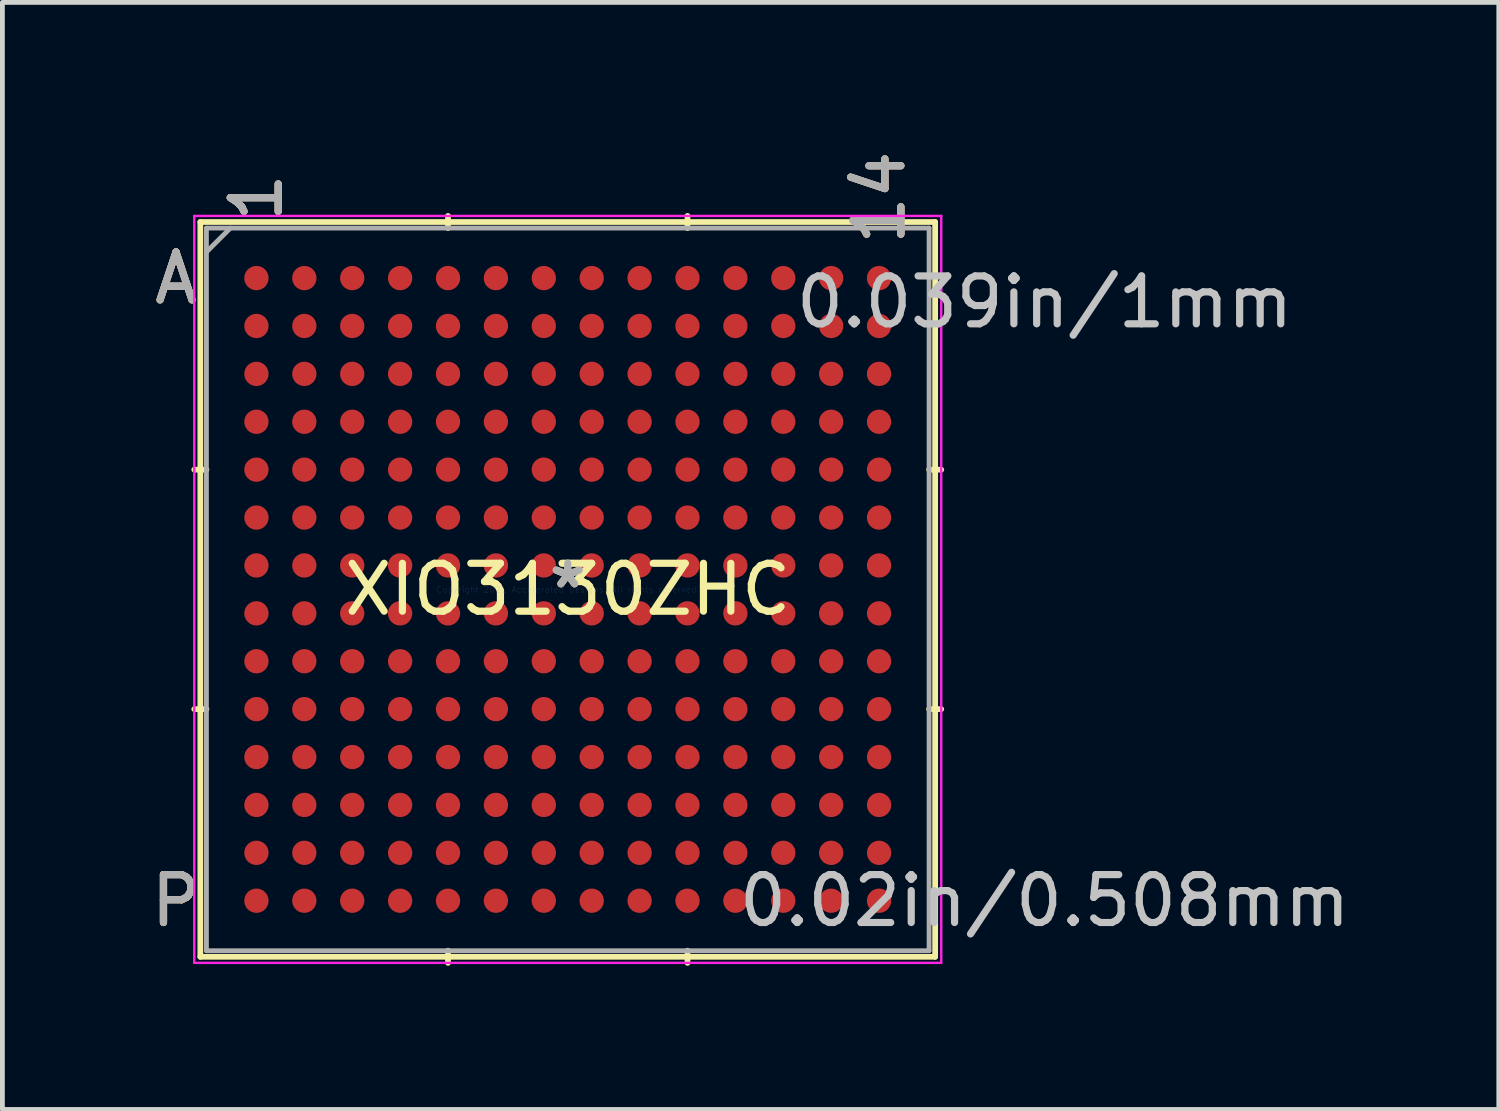
<source format=kicad_pcb>
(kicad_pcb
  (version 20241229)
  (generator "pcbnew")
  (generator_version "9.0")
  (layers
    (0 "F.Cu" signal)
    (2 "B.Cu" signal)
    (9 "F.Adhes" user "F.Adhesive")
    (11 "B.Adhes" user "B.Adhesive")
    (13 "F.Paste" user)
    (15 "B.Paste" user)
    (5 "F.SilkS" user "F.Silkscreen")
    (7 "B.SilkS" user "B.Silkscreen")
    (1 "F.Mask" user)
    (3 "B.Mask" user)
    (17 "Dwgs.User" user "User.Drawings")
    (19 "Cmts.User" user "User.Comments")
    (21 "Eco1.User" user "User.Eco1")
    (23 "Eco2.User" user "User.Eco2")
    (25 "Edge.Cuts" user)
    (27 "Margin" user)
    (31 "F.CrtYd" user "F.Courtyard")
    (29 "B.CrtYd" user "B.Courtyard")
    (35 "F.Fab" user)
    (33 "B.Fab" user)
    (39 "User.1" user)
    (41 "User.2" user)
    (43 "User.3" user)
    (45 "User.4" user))
  (footprint "XIO3130ZHC"
    (layer "F.Cu")
    (at 8.804 9.256)
    (property "Reference" "XIO3130ZHC" (at 0 0 0) (layer "F.SilkS") (effects (font (size 1 1) (thickness 0.15))))
    (attr through_hole)
    (fp_line (start -7.671 -7.671) (end -7.671 7.671) (stroke (width 0.12) (type solid)) (layer "F.SilkS"))
    (fp_line (start -7.671 7.671) (end 7.671 7.671) (stroke (width 0.12) (type solid)) (layer "F.SilkS"))
    (fp_line (start -7.544 -2.5) (end -7.798 -2.5) (stroke (width 0.12) (type solid)) (layer "F.SilkS"))
    (fp_line (start -7.544 2.5) (end -7.798 2.5) (stroke (width 0.12) (type solid)) (layer "F.SilkS"))
    (fp_line (start -2.5 -7.544) (end -2.5 -7.798) (stroke (width 0.12) (type solid)) (layer "F.SilkS"))
    (fp_line (start -2.5 7.544) (end -2.5 7.798) (stroke (width 0.12) (type solid)) (layer "F.SilkS"))
    (fp_line (start 2.5 -7.544) (end 2.5 -7.798) (stroke (width 0.12) (type solid)) (layer "F.SilkS"))
    (fp_line (start 2.5 7.544) (end 2.5 7.798) (stroke (width 0.12) (type solid)) (layer "F.SilkS"))
    (fp_line (start 7.544 -2.5) (end 7.798 -2.5) (stroke (width 0.12) (type solid)) (layer "F.SilkS"))
    (fp_line (start 7.544 2.5) (end 7.798 2.5) (stroke (width 0.12) (type solid)) (layer "F.SilkS"))
    (fp_line (start 7.671 -7.671) (end -7.671 -7.671) (stroke (width 0.12) (type solid)) (layer "F.SilkS"))
    (fp_line (start 7.671 7.671) (end 7.671 -7.671) (stroke (width 0.12) (type solid)) (layer "F.SilkS"))
    (fp_line (start -7.798 -7.798) (end 7.798 -7.798) (stroke (width 0.05) (type solid)) (layer "F.CrtYd"))
    (fp_line (start -7.798 7.798) (end -7.798 -7.798) (stroke (width 0.05) (type solid)) (layer "F.CrtYd"))
    (fp_line (start 7.798 -7.798) (end 7.798 7.798) (stroke (width 0.05) (type solid)) (layer "F.CrtYd"))
    (fp_line (start 7.798 7.798) (end -7.798 7.798) (stroke (width 0.05) (type solid)) (layer "F.CrtYd"))
    (fp_line (start -7.544 -7.544) (end -7.544 7.544) (stroke (width 0.1) (type solid)) (layer "F.Fab"))
    (fp_line (start -7.544 7.544) (end 7.544 7.544) (stroke (width 0.1) (type solid)) (layer "F.Fab"))
    (fp_line (start -7.044 -7.544) (end -7.544 -7.044) (stroke (width 0.1) (type solid)) (layer "F.Fab"))
    (fp_line (start 7.544 -7.544) (end -7.544 -7.544) (stroke (width 0.1) (type solid)) (layer "F.Fab"))
    (fp_line (start 7.544 7.544) (end 7.544 -7.544) (stroke (width 0.1) (type solid)) (layer "F.Fab"))
    (fp_text user "*" (at 0 0 0) (layer "F.SilkS") (effects (font (size 1 1) (thickness 0.15))))
    (fp_text user "1" (at -6.5 -8.179 90) (layer "F.SilkS") (effects (font (size 1 1) (thickness 0.15))))
    (fp_text user "14" (at 6.5 -8.179 90) (layer "F.SilkS") (effects (font (size 1 1) (thickness 0.15))))
    (fp_text user "P" (at -8.179 6.5 0) (layer "F.SilkS") (effects (font (size 1 1) (thickness 0.15))))
    (fp_text user "A" (at -8.179 -6.5 0) (layer "F.SilkS") (effects (font (size 1 1) (thickness 0.15))))
    (fp_text user "1" (at -6.5 -8.179 90) (layer "B.SilkS") (effects (font (size 1 1) (thickness 0.15))))
    (fp_text user "A" (at -8.179 -6.5 0) (layer "B.SilkS") (effects (font (size 1 1) (thickness 0.15))))
    (fp_text user "P" (at -8.179 6.5 0) (layer "B.SilkS") (effects (font (size 1 1) (thickness 0.15))))
    (fp_text user "14" (at 6.5 -8.179 90) (layer "B.SilkS") (effects (font (size 1 1) (thickness 0.15))))
    (fp_text user "0.02in/0.508mm" (at 9.957 6.5 0) (layer "Dwgs.User") (effects (font (size 1 1) (thickness 0.15))))
    (fp_text user "0.039in/1mm" (at 9.957 -6 0) (layer "Dwgs.User") (effects (font (size 1 1) (thickness 0.15))))
    (fp_text user "Copyright 2021 Accelerated Designs. All rights reserved." (at 0 0 0) (layer "Cmts.User") (effects (font (size 0.127 0.127) (thickness 0.002))))
    (fp_text user "A" (at -8.179 -6.5 0) (layer "F.Fab") (effects (font (size 1 1) (thickness 0.15))))
    (fp_text user "P" (at -8.179 6.5 0) (layer "F.Fab") (effects (font (size 1 1) (thickness 0.15))))
    (fp_text user "1" (at -6.5 -8.179 90) (layer "F.Fab") (effects (font (size 1 1) (thickness 0.15))))
    (fp_text user "14" (at 6.5 -8.179 90) (layer "F.Fab") (effects (font (size 1 1) (thickness 0.15))))
    (fp_text user "*" (at 0 0 0) (layer "F.Fab") (effects (font (size 1 1) (thickness 0.15))))
    (pad "A1" smd circle (at -6.5 -6.5) (size 0.508 0.508) (layers "F.Cu" "F.Mask" "F.Paste"))
    (pad "A2" smd circle (at -5.5 -6.5) (size 0.508 0.508) (layers "F.Cu" "F.Mask" "F.Paste"))
    (pad "A3" smd circle (at -4.5 -6.5) (size 0.508 0.508) (layers "F.Cu" "F.Mask" "F.Paste"))
    (pad "A4" smd circle (at -3.5 -6.5) (size 0.508 0.508) (layers "F.Cu" "F.Mask" "F.Paste"))
    (pad "A5" smd circle (at -2.5 -6.5) (size 0.508 0.508) (layers "F.Cu" "F.Mask" "F.Paste"))
    (pad "A6" smd circle (at -1.5 -6.5) (size 0.508 0.508) (layers "F.Cu" "F.Mask" "F.Paste"))
    (pad "A7" smd circle (at -0.5 -6.5) (size 0.508 0.508) (layers "F.Cu" "F.Mask" "F.Paste"))
    (pad "A8" smd circle (at 0.5 -6.5) (size 0.508 0.508) (layers "F.Cu" "F.Mask" "F.Paste"))
    (pad "A9" smd circle (at 1.5 -6.5) (size 0.508 0.508) (layers "F.Cu" "F.Mask" "F.Paste"))
    (pad "A10" smd circle (at 2.5 -6.5) (size 0.508 0.508) (layers "F.Cu" "F.Mask" "F.Paste"))
    (pad "A11" smd circle (at 3.5 -6.5) (size 0.508 0.508) (layers "F.Cu" "F.Mask" "F.Paste"))
    (pad "A12" smd circle (at 4.5 -6.5) (size 0.508 0.508) (layers "F.Cu" "F.Mask" "F.Paste"))
    (pad "A13" smd circle (at 5.5 -6.5) (size 0.508 0.508) (layers "F.Cu" "F.Mask" "F.Paste"))
    (pad "A14" smd circle (at 6.5 -6.5) (size 0.508 0.508) (layers "F.Cu" "F.Mask" "F.Paste"))
    (pad "B1" smd circle (at -6.5 -5.5) (size 0.508 0.508) (layers "F.Cu" "F.Mask" "F.Paste"))
    (pad "B2" smd circle (at -5.5 -5.5) (size 0.508 0.508) (layers "F.Cu" "F.Mask" "F.Paste"))
    (pad "B3" smd circle (at -4.5 -5.5) (size 0.508 0.508) (layers "F.Cu" "F.Mask" "F.Paste"))
    (pad "B4" smd circle (at -3.5 -5.5) (size 0.508 0.508) (layers "F.Cu" "F.Mask" "F.Paste"))
    (pad "B5" smd circle (at -2.5 -5.5) (size 0.508 0.508) (layers "F.Cu" "F.Mask" "F.Paste"))
    (pad "B6" smd circle (at -1.5 -5.5) (size 0.508 0.508) (layers "F.Cu" "F.Mask" "F.Paste"))
    (pad "B7" smd circle (at -0.5 -5.5) (size 0.508 0.508) (layers "F.Cu" "F.Mask" "F.Paste"))
    (pad "B8" smd circle (at 0.5 -5.5) (size 0.508 0.508) (layers "F.Cu" "F.Mask" "F.Paste"))
    (pad "B9" smd circle (at 1.5 -5.5) (size 0.508 0.508) (layers "F.Cu" "F.Mask" "F.Paste"))
    (pad "B10" smd circle (at 2.5 -5.5) (size 0.508 0.508) (layers "F.Cu" "F.Mask" "F.Paste"))
    (pad "B11" smd circle (at 3.5 -5.5) (size 0.508 0.508) (layers "F.Cu" "F.Mask" "F.Paste"))
    (pad "B12" smd circle (at 4.5 -5.5) (size 0.508 0.508) (layers "F.Cu" "F.Mask" "F.Paste"))
    (pad "B13" smd circle (at 5.5 -5.5) (size 0.508 0.508) (layers "F.Cu" "F.Mask" "F.Paste"))
    (pad "B14" smd circle (at 6.5 -5.5) (size 0.508 0.508) (layers "F.Cu" "F.Mask" "F.Paste"))
    (pad "C1" smd circle (at -6.5 -4.5) (size 0.508 0.508) (layers "F.Cu" "F.Mask" "F.Paste"))
    (pad "C2" smd circle (at -5.5 -4.5) (size 0.508 0.508) (layers "F.Cu" "F.Mask" "F.Paste"))
    (pad "C3" smd circle (at -4.5 -4.5) (size 0.508 0.508) (layers "F.Cu" "F.Mask" "F.Paste"))
    (pad "C4" smd circle (at -3.5 -4.5) (size 0.508 0.508) (layers "F.Cu" "F.Mask" "F.Paste"))
    (pad "C5" smd circle (at -2.5 -4.5) (size 0.508 0.508) (layers "F.Cu" "F.Mask" "F.Paste"))
    (pad "C6" smd circle (at -1.5 -4.5) (size 0.508 0.508) (layers "F.Cu" "F.Mask" "F.Paste"))
    (pad "C7" smd circle (at -0.5 -4.5) (size 0.508 0.508) (layers "F.Cu" "F.Mask" "F.Paste"))
    (pad "C8" smd circle (at 0.5 -4.5) (size 0.508 0.508) (layers "F.Cu" "F.Mask" "F.Paste"))
    (pad "C9" smd circle (at 1.5 -4.5) (size 0.508 0.508) (layers "F.Cu" "F.Mask" "F.Paste"))
    (pad "C10" smd circle (at 2.5 -4.5) (size 0.508 0.508) (layers "F.Cu" "F.Mask" "F.Paste"))
    (pad "C11" smd circle (at 3.5 -4.5) (size 0.508 0.508) (layers "F.Cu" "F.Mask" "F.Paste"))
    (pad "C12" smd circle (at 4.5 -4.5) (size 0.508 0.508) (layers "F.Cu" "F.Mask" "F.Paste"))
    (pad "C13" smd circle (at 5.5 -4.5) (size 0.508 0.508) (layers "F.Cu" "F.Mask" "F.Paste"))
    (pad "C14" smd circle (at 6.5 -4.5) (size 0.508 0.508) (layers "F.Cu" "F.Mask" "F.Paste"))
    (pad "D1" smd circle (at -6.5 -3.5) (size 0.508 0.508) (layers "F.Cu" "F.Mask" "F.Paste"))
    (pad "D2" smd circle (at -5.5 -3.5) (size 0.508 0.508) (layers "F.Cu" "F.Mask" "F.Paste"))
    (pad "D3" smd circle (at -4.5 -3.5) (size 0.508 0.508) (layers "F.Cu" "F.Mask" "F.Paste"))
    (pad "D4" smd circle (at -3.5 -3.5) (size 0.508 0.508) (layers "F.Cu" "F.Mask" "F.Paste"))
    (pad "D5" smd circle (at -2.5 -3.5) (size 0.508 0.508) (layers "F.Cu" "F.Mask" "F.Paste"))
    (pad "D6" smd circle (at -1.5 -3.5) (size 0.508 0.508) (layers "F.Cu" "F.Mask" "F.Paste"))
    (pad "D7" smd circle (at -0.5 -3.5) (size 0.508 0.508) (layers "F.Cu" "F.Mask" "F.Paste"))
    (pad "D8" smd circle (at 0.5 -3.5) (size 0.508 0.508) (layers "F.Cu" "F.Mask" "F.Paste"))
    (pad "D9" smd circle (at 1.5 -3.5) (size 0.508 0.508) (layers "F.Cu" "F.Mask" "F.Paste"))
    (pad "D10" smd circle (at 2.5 -3.5) (size 0.508 0.508) (layers "F.Cu" "F.Mask" "F.Paste"))
    (pad "D11" smd circle (at 3.5 -3.5) (size 0.508 0.508) (layers "F.Cu" "F.Mask" "F.Paste"))
    (pad "D12" smd circle (at 4.5 -3.5) (size 0.508 0.508) (layers "F.Cu" "F.Mask" "F.Paste"))
    (pad "D13" smd circle (at 5.5 -3.5) (size 0.508 0.508) (layers "F.Cu" "F.Mask" "F.Paste"))
    (pad "D14" smd circle (at 6.5 -3.5) (size 0.508 0.508) (layers "F.Cu" "F.Mask" "F.Paste"))
    (pad "E1" smd circle (at -6.5 -2.5) (size 0.508 0.508) (layers "F.Cu" "F.Mask" "F.Paste"))
    (pad "E2" smd circle (at -5.5 -2.5) (size 0.508 0.508) (layers "F.Cu" "F.Mask" "F.Paste"))
    (pad "E3" smd circle (at -4.5 -2.5) (size 0.508 0.508) (layers "F.Cu" "F.Mask" "F.Paste"))
    (pad "E4" smd circle (at -3.5 -2.5) (size 0.508 0.508) (layers "F.Cu" "F.Mask" "F.Paste"))
    (pad "E5" smd circle (at -2.5 -2.5) (size 0.508 0.508) (layers "F.Cu" "F.Mask" "F.Paste"))
    (pad "E6" smd circle (at -1.5 -2.5) (size 0.508 0.508) (layers "F.Cu" "F.Mask" "F.Paste"))
    (pad "E7" smd circle (at -0.5 -2.5) (size 0.508 0.508) (layers "F.Cu" "F.Mask" "F.Paste"))
    (pad "E8" smd circle (at 0.5 -2.5) (size 0.508 0.508) (layers "F.Cu" "F.Mask" "F.Paste"))
    (pad "E9" smd circle (at 1.5 -2.5) (size 0.508 0.508) (layers "F.Cu" "F.Mask" "F.Paste"))
    (pad "E10" smd circle (at 2.5 -2.5) (size 0.508 0.508) (layers "F.Cu" "F.Mask" "F.Paste"))
    (pad "E11" smd circle (at 3.5 -2.5) (size 0.508 0.508) (layers "F.Cu" "F.Mask" "F.Paste"))
    (pad "E12" smd circle (at 4.5 -2.5) (size 0.508 0.508) (layers "F.Cu" "F.Mask" "F.Paste"))
    (pad "E13" smd circle (at 5.5 -2.5) (size 0.508 0.508) (layers "F.Cu" "F.Mask" "F.Paste"))
    (pad "E14" smd circle (at 6.5 -2.5) (size 0.508 0.508) (layers "F.Cu" "F.Mask" "F.Paste"))
    (pad "F1" smd circle (at -6.5 -1.5) (size 0.508 0.508) (layers "F.Cu" "F.Mask" "F.Paste"))
    (pad "F2" smd circle (at -5.5 -1.5) (size 0.508 0.508) (layers "F.Cu" "F.Mask" "F.Paste"))
    (pad "F3" smd circle (at -4.5 -1.5) (size 0.508 0.508) (layers "F.Cu" "F.Mask" "F.Paste"))
    (pad "F4" smd circle (at -3.5 -1.5) (size 0.508 0.508) (layers "F.Cu" "F.Mask" "F.Paste"))
    (pad "F5" smd circle (at -2.5 -1.5) (size 0.508 0.508) (layers "F.Cu" "F.Mask" "F.Paste"))
    (pad "F6" smd circle (at -1.5 -1.5) (size 0.508 0.508) (layers "F.Cu" "F.Mask" "F.Paste"))
    (pad "F7" smd circle (at -0.5 -1.5) (size 0.508 0.508) (layers "F.Cu" "F.Mask" "F.Paste"))
    (pad "F8" smd circle (at 0.5 -1.5) (size 0.508 0.508) (layers "F.Cu" "F.Mask" "F.Paste"))
    (pad "F9" smd circle (at 1.5 -1.5) (size 0.508 0.508) (layers "F.Cu" "F.Mask" "F.Paste"))
    (pad "F10" smd circle (at 2.5 -1.5) (size 0.508 0.508) (layers "F.Cu" "F.Mask" "F.Paste"))
    (pad "F11" smd circle (at 3.5 -1.5) (size 0.508 0.508) (layers "F.Cu" "F.Mask" "F.Paste"))
    (pad "F12" smd circle (at 4.5 -1.5) (size 0.508 0.508) (layers "F.Cu" "F.Mask" "F.Paste"))
    (pad "F13" smd circle (at 5.5 -1.5) (size 0.508 0.508) (layers "F.Cu" "F.Mask" "F.Paste"))
    (pad "F14" smd circle (at 6.5 -1.5) (size 0.508 0.508) (layers "F.Cu" "F.Mask" "F.Paste"))
    (pad "G1" smd circle (at -6.5 -0.5) (size 0.508 0.508) (layers "F.Cu" "F.Mask" "F.Paste"))
    (pad "G2" smd circle (at -5.5 -0.5) (size 0.508 0.508) (layers "F.Cu" "F.Mask" "F.Paste"))
    (pad "G3" smd circle (at -4.5 -0.5) (size 0.508 0.508) (layers "F.Cu" "F.Mask" "F.Paste"))
    (pad "G4" smd circle (at -3.5 -0.5) (size 0.508 0.508) (layers "F.Cu" "F.Mask" "F.Paste"))
    (pad "G5" smd circle (at -2.5 -0.5) (size 0.508 0.508) (layers "F.Cu" "F.Mask" "F.Paste"))
    (pad "G6" smd circle (at -1.5 -0.5) (size 0.508 0.508) (layers "F.Cu" "F.Mask" "F.Paste"))
    (pad "G7" smd circle (at -0.5 -0.5) (size 0.508 0.508) (layers "F.Cu" "F.Mask" "F.Paste"))
    (pad "G8" smd circle (at 0.5 -0.5) (size 0.508 0.508) (layers "F.Cu" "F.Mask" "F.Paste"))
    (pad "G9" smd circle (at 1.5 -0.5) (size 0.508 0.508) (layers "F.Cu" "F.Mask" "F.Paste"))
    (pad "G10" smd circle (at 2.5 -0.5) (size 0.508 0.508) (layers "F.Cu" "F.Mask" "F.Paste"))
    (pad "G11" smd circle (at 3.5 -0.5) (size 0.508 0.508) (layers "F.Cu" "F.Mask" "F.Paste"))
    (pad "G12" smd circle (at 4.5 -0.5) (size 0.508 0.508) (layers "F.Cu" "F.Mask" "F.Paste"))
    (pad "G13" smd circle (at 5.5 -0.5) (size 0.508 0.508) (layers "F.Cu" "F.Mask" "F.Paste"))
    (pad "G14" smd circle (at 6.5 -0.5) (size 0.508 0.508) (layers "F.Cu" "F.Mask" "F.Paste"))
    (pad "H1" smd circle (at -6.5 0.5) (size 0.508 0.508) (layers "F.Cu" "F.Mask" "F.Paste"))
    (pad "H2" smd circle (at -5.5 0.5) (size 0.508 0.508) (layers "F.Cu" "F.Mask" "F.Paste"))
    (pad "H3" smd circle (at -4.5 0.5) (size 0.508 0.508) (layers "F.Cu" "F.Mask" "F.Paste"))
    (pad "H4" smd circle (at -3.5 0.5) (size 0.508 0.508) (layers "F.Cu" "F.Mask" "F.Paste"))
    (pad "H5" smd circle (at -2.5 0.5) (size 0.508 0.508) (layers "F.Cu" "F.Mask" "F.Paste"))
    (pad "H6" smd circle (at -1.5 0.5) (size 0.508 0.508) (layers "F.Cu" "F.Mask" "F.Paste"))
    (pad "H7" smd circle (at -0.5 0.5) (size 0.508 0.508) (layers "F.Cu" "F.Mask" "F.Paste"))
    (pad "H8" smd circle (at 0.5 0.5) (size 0.508 0.508) (layers "F.Cu" "F.Mask" "F.Paste"))
    (pad "H9" smd circle (at 1.5 0.5) (size 0.508 0.508) (layers "F.Cu" "F.Mask" "F.Paste"))
    (pad "H10" smd circle (at 2.5 0.5) (size 0.508 0.508) (layers "F.Cu" "F.Mask" "F.Paste"))
    (pad "H11" smd circle (at 3.5 0.5) (size 0.508 0.508) (layers "F.Cu" "F.Mask" "F.Paste"))
    (pad "H12" smd circle (at 4.5 0.5) (size 0.508 0.508) (layers "F.Cu" "F.Mask" "F.Paste"))
    (pad "H13" smd circle (at 5.5 0.5) (size 0.508 0.508) (layers "F.Cu" "F.Mask" "F.Paste"))
    (pad "H14" smd circle (at 6.5 0.5) (size 0.508 0.508) (layers "F.Cu" "F.Mask" "F.Paste"))
    (pad "J1" smd circle (at -6.5 1.5) (size 0.508 0.508) (layers "F.Cu" "F.Mask" "F.Paste"))
    (pad "J2" smd circle (at -5.5 1.5) (size 0.508 0.508) (layers "F.Cu" "F.Mask" "F.Paste"))
    (pad "J3" smd circle (at -4.5 1.5) (size 0.508 0.508) (layers "F.Cu" "F.Mask" "F.Paste"))
    (pad "J4" smd circle (at -3.5 1.5) (size 0.508 0.508) (layers "F.Cu" "F.Mask" "F.Paste"))
    (pad "J5" smd circle (at -2.5 1.5) (size 0.508 0.508) (layers "F.Cu" "F.Mask" "F.Paste"))
    (pad "J6" smd circle (at -1.5 1.5) (size 0.508 0.508) (layers "F.Cu" "F.Mask" "F.Paste"))
    (pad "J7" smd circle (at -0.5 1.5) (size 0.508 0.508) (layers "F.Cu" "F.Mask" "F.Paste"))
    (pad "J8" smd circle (at 0.5 1.5) (size 0.508 0.508) (layers "F.Cu" "F.Mask" "F.Paste"))
    (pad "J9" smd circle (at 1.5 1.5) (size 0.508 0.508) (layers "F.Cu" "F.Mask" "F.Paste"))
    (pad "J10" smd circle (at 2.5 1.5) (size 0.508 0.508) (layers "F.Cu" "F.Mask" "F.Paste"))
    (pad "J11" smd circle (at 3.5 1.5) (size 0.508 0.508) (layers "F.Cu" "F.Mask" "F.Paste"))
    (pad "J12" smd circle (at 4.5 1.5) (size 0.508 0.508) (layers "F.Cu" "F.Mask" "F.Paste"))
    (pad "J13" smd circle (at 5.5 1.5) (size 0.508 0.508) (layers "F.Cu" "F.Mask" "F.Paste"))
    (pad "J14" smd circle (at 6.5 1.5) (size 0.508 0.508) (layers "F.Cu" "F.Mask" "F.Paste"))
    (pad "K1" smd circle (at -6.5 2.5) (size 0.508 0.508) (layers "F.Cu" "F.Mask" "F.Paste"))
    (pad "K2" smd circle (at -5.5 2.5) (size 0.508 0.508) (layers "F.Cu" "F.Mask" "F.Paste"))
    (pad "K3" smd circle (at -4.5 2.5) (size 0.508 0.508) (layers "F.Cu" "F.Mask" "F.Paste"))
    (pad "K4" smd circle (at -3.5 2.5) (size 0.508 0.508) (layers "F.Cu" "F.Mask" "F.Paste"))
    (pad "K5" smd circle (at -2.5 2.5) (size 0.508 0.508) (layers "F.Cu" "F.Mask" "F.Paste"))
    (pad "K6" smd circle (at -1.5 2.5) (size 0.508 0.508) (layers "F.Cu" "F.Mask" "F.Paste"))
    (pad "K7" smd circle (at -0.5 2.5) (size 0.508 0.508) (layers "F.Cu" "F.Mask" "F.Paste"))
    (pad "K8" smd circle (at 0.5 2.5) (size 0.508 0.508) (layers "F.Cu" "F.Mask" "F.Paste"))
    (pad "K9" smd circle (at 1.5 2.5) (size 0.508 0.508) (layers "F.Cu" "F.Mask" "F.Paste"))
    (pad "K10" smd circle (at 2.5 2.5) (size 0.508 0.508) (layers "F.Cu" "F.Mask" "F.Paste"))
    (pad "K11" smd circle (at 3.5 2.5) (size 0.508 0.508) (layers "F.Cu" "F.Mask" "F.Paste"))
    (pad "K12" smd circle (at 4.5 2.5) (size 0.508 0.508) (layers "F.Cu" "F.Mask" "F.Paste"))
    (pad "K13" smd circle (at 5.5 2.5) (size 0.508 0.508) (layers "F.Cu" "F.Mask" "F.Paste"))
    (pad "K14" smd circle (at 6.5 2.5) (size 0.508 0.508) (layers "F.Cu" "F.Mask" "F.Paste"))
    (pad "L1" smd circle (at -6.5 3.5) (size 0.508 0.508) (layers "F.Cu" "F.Mask" "F.Paste"))
    (pad "L2" smd circle (at -5.5 3.5) (size 0.508 0.508) (layers "F.Cu" "F.Mask" "F.Paste"))
    (pad "L3" smd circle (at -4.5 3.5) (size 0.508 0.508) (layers "F.Cu" "F.Mask" "F.Paste"))
    (pad "L4" smd circle (at -3.5 3.5) (size 0.508 0.508) (layers "F.Cu" "F.Mask" "F.Paste"))
    (pad "L5" smd circle (at -2.5 3.5) (size 0.508 0.508) (layers "F.Cu" "F.Mask" "F.Paste"))
    (pad "L6" smd circle (at -1.5 3.5) (size 0.508 0.508) (layers "F.Cu" "F.Mask" "F.Paste"))
    (pad "L7" smd circle (at -0.5 3.5) (size 0.508 0.508) (layers "F.Cu" "F.Mask" "F.Paste"))
    (pad "L8" smd circle (at 0.5 3.5) (size 0.508 0.508) (layers "F.Cu" "F.Mask" "F.Paste"))
    (pad "L9" smd circle (at 1.5 3.5) (size 0.508 0.508) (layers "F.Cu" "F.Mask" "F.Paste"))
    (pad "L10" smd circle (at 2.5 3.5) (size 0.508 0.508) (layers "F.Cu" "F.Mask" "F.Paste"))
    (pad "L11" smd circle (at 3.5 3.5) (size 0.508 0.508) (layers "F.Cu" "F.Mask" "F.Paste"))
    (pad "L12" smd circle (at 4.5 3.5) (size 0.508 0.508) (layers "F.Cu" "F.Mask" "F.Paste"))
    (pad "L13" smd circle (at 5.5 3.5) (size 0.508 0.508) (layers "F.Cu" "F.Mask" "F.Paste"))
    (pad "L14" smd circle (at 6.5 3.5) (size 0.508 0.508) (layers "F.Cu" "F.Mask" "F.Paste"))
    (pad "M1" smd circle (at -6.5 4.5) (size 0.508 0.508) (layers "F.Cu" "F.Mask" "F.Paste"))
    (pad "M2" smd circle (at -5.5 4.5) (size 0.508 0.508) (layers "F.Cu" "F.Mask" "F.Paste"))
    (pad "M3" smd circle (at -4.5 4.5) (size 0.508 0.508) (layers "F.Cu" "F.Mask" "F.Paste"))
    (pad "M4" smd circle (at -3.5 4.5) (size 0.508 0.508) (layers "F.Cu" "F.Mask" "F.Paste"))
    (pad "M5" smd circle (at -2.5 4.5) (size 0.508 0.508) (layers "F.Cu" "F.Mask" "F.Paste"))
    (pad "M6" smd circle (at -1.5 4.5) (size 0.508 0.508) (layers "F.Cu" "F.Mask" "F.Paste"))
    (pad "M7" smd circle (at -0.5 4.5) (size 0.508 0.508) (layers "F.Cu" "F.Mask" "F.Paste"))
    (pad "M8" smd circle (at 0.5 4.5) (size 0.508 0.508) (layers "F.Cu" "F.Mask" "F.Paste"))
    (pad "M9" smd circle (at 1.5 4.5) (size 0.508 0.508) (layers "F.Cu" "F.Mask" "F.Paste"))
    (pad "M10" smd circle (at 2.5 4.5) (size 0.508 0.508) (layers "F.Cu" "F.Mask" "F.Paste"))
    (pad "M11" smd circle (at 3.5 4.5) (size 0.508 0.508) (layers "F.Cu" "F.Mask" "F.Paste"))
    (pad "M12" smd circle (at 4.5 4.5) (size 0.508 0.508) (layers "F.Cu" "F.Mask" "F.Paste"))
    (pad "M13" smd circle (at 5.5 4.5) (size 0.508 0.508) (layers "F.Cu" "F.Mask" "F.Paste"))
    (pad "M14" smd circle (at 6.5 4.5) (size 0.508 0.508) (layers "F.Cu" "F.Mask" "F.Paste"))
    (pad "N1" smd circle (at -6.5 5.5) (size 0.508 0.508) (layers "F.Cu" "F.Mask" "F.Paste"))
    (pad "N2" smd circle (at -5.5 5.5) (size 0.508 0.508) (layers "F.Cu" "F.Mask" "F.Paste"))
    (pad "N3" smd circle (at -4.5 5.5) (size 0.508 0.508) (layers "F.Cu" "F.Mask" "F.Paste"))
    (pad "N4" smd circle (at -3.5 5.5) (size 0.508 0.508) (layers "F.Cu" "F.Mask" "F.Paste"))
    (pad "N5" smd circle (at -2.5 5.5) (size 0.508 0.508) (layers "F.Cu" "F.Mask" "F.Paste"))
    (pad "N6" smd circle (at -1.5 5.5) (size 0.508 0.508) (layers "F.Cu" "F.Mask" "F.Paste"))
    (pad "N7" smd circle (at -0.5 5.5) (size 0.508 0.508) (layers "F.Cu" "F.Mask" "F.Paste"))
    (pad "N8" smd circle (at 0.5 5.5) (size 0.508 0.508) (layers "F.Cu" "F.Mask" "F.Paste"))
    (pad "N9" smd circle (at 1.5 5.5) (size 0.508 0.508) (layers "F.Cu" "F.Mask" "F.Paste"))
    (pad "N10" smd circle (at 2.5 5.5) (size 0.508 0.508) (layers "F.Cu" "F.Mask" "F.Paste"))
    (pad "N11" smd circle (at 3.5 5.5) (size 0.508 0.508) (layers "F.Cu" "F.Mask" "F.Paste"))
    (pad "N12" smd circle (at 4.5 5.5) (size 0.508 0.508) (layers "F.Cu" "F.Mask" "F.Paste"))
    (pad "N13" smd circle (at 5.5 5.5) (size 0.508 0.508) (layers "F.Cu" "F.Mask" "F.Paste"))
    (pad "N14" smd circle (at 6.5 5.5) (size 0.508 0.508) (layers "F.Cu" "F.Mask" "F.Paste"))
    (pad "P1" smd circle (at -6.5 6.5) (size 0.508 0.508) (layers "F.Cu" "F.Mask" "F.Paste"))
    (pad "P2" smd circle (at -5.5 6.5) (size 0.508 0.508) (layers "F.Cu" "F.Mask" "F.Paste"))
    (pad "P3" smd circle (at -4.5 6.5) (size 0.508 0.508) (layers "F.Cu" "F.Mask" "F.Paste"))
    (pad "P4" smd circle (at -3.5 6.5) (size 0.508 0.508) (layers "F.Cu" "F.Mask" "F.Paste"))
    (pad "P5" smd circle (at -2.5 6.5) (size 0.508 0.508) (layers "F.Cu" "F.Mask" "F.Paste"))
    (pad "P6" smd circle (at -1.5 6.5) (size 0.508 0.508) (layers "F.Cu" "F.Mask" "F.Paste"))
    (pad "P7" smd circle (at -0.5 6.5) (size 0.508 0.508) (layers "F.Cu" "F.Mask" "F.Paste"))
    (pad "P8" smd circle (at 0.5 6.5) (size 0.508 0.508) (layers "F.Cu" "F.Mask" "F.Paste"))
    (pad "P9" smd circle (at 1.5 6.5) (size 0.508 0.508) (layers "F.Cu" "F.Mask" "F.Paste"))
    (pad "P10" smd circle (at 2.5 6.5) (size 0.508 0.508) (layers "F.Cu" "F.Mask" "F.Paste"))
    (pad "P11" smd circle (at 3.5 6.5) (size 0.508 0.508) (layers "F.Cu" "F.Mask" "F.Paste"))
    (pad "P12" smd circle (at 4.5 6.5) (size 0.508 0.508) (layers "F.Cu" "F.Mask" "F.Paste"))
    (pad "P13" smd circle (at 5.5 6.5) (size 0.508 0.508) (layers "F.Cu" "F.Mask" "F.Paste"))
    (pad "P14" smd circle (at 6.5 6.5) (size 0.508 0.508) (layers "F.Cu" "F.Mask" "F.Paste")))
  (gr_rect
    (start -3 -3)
    (end 28.243 20.114)
    (stroke (width 0.1) (type default))
    (fill no)
    (layer "Edge.Cuts")))
</source>
